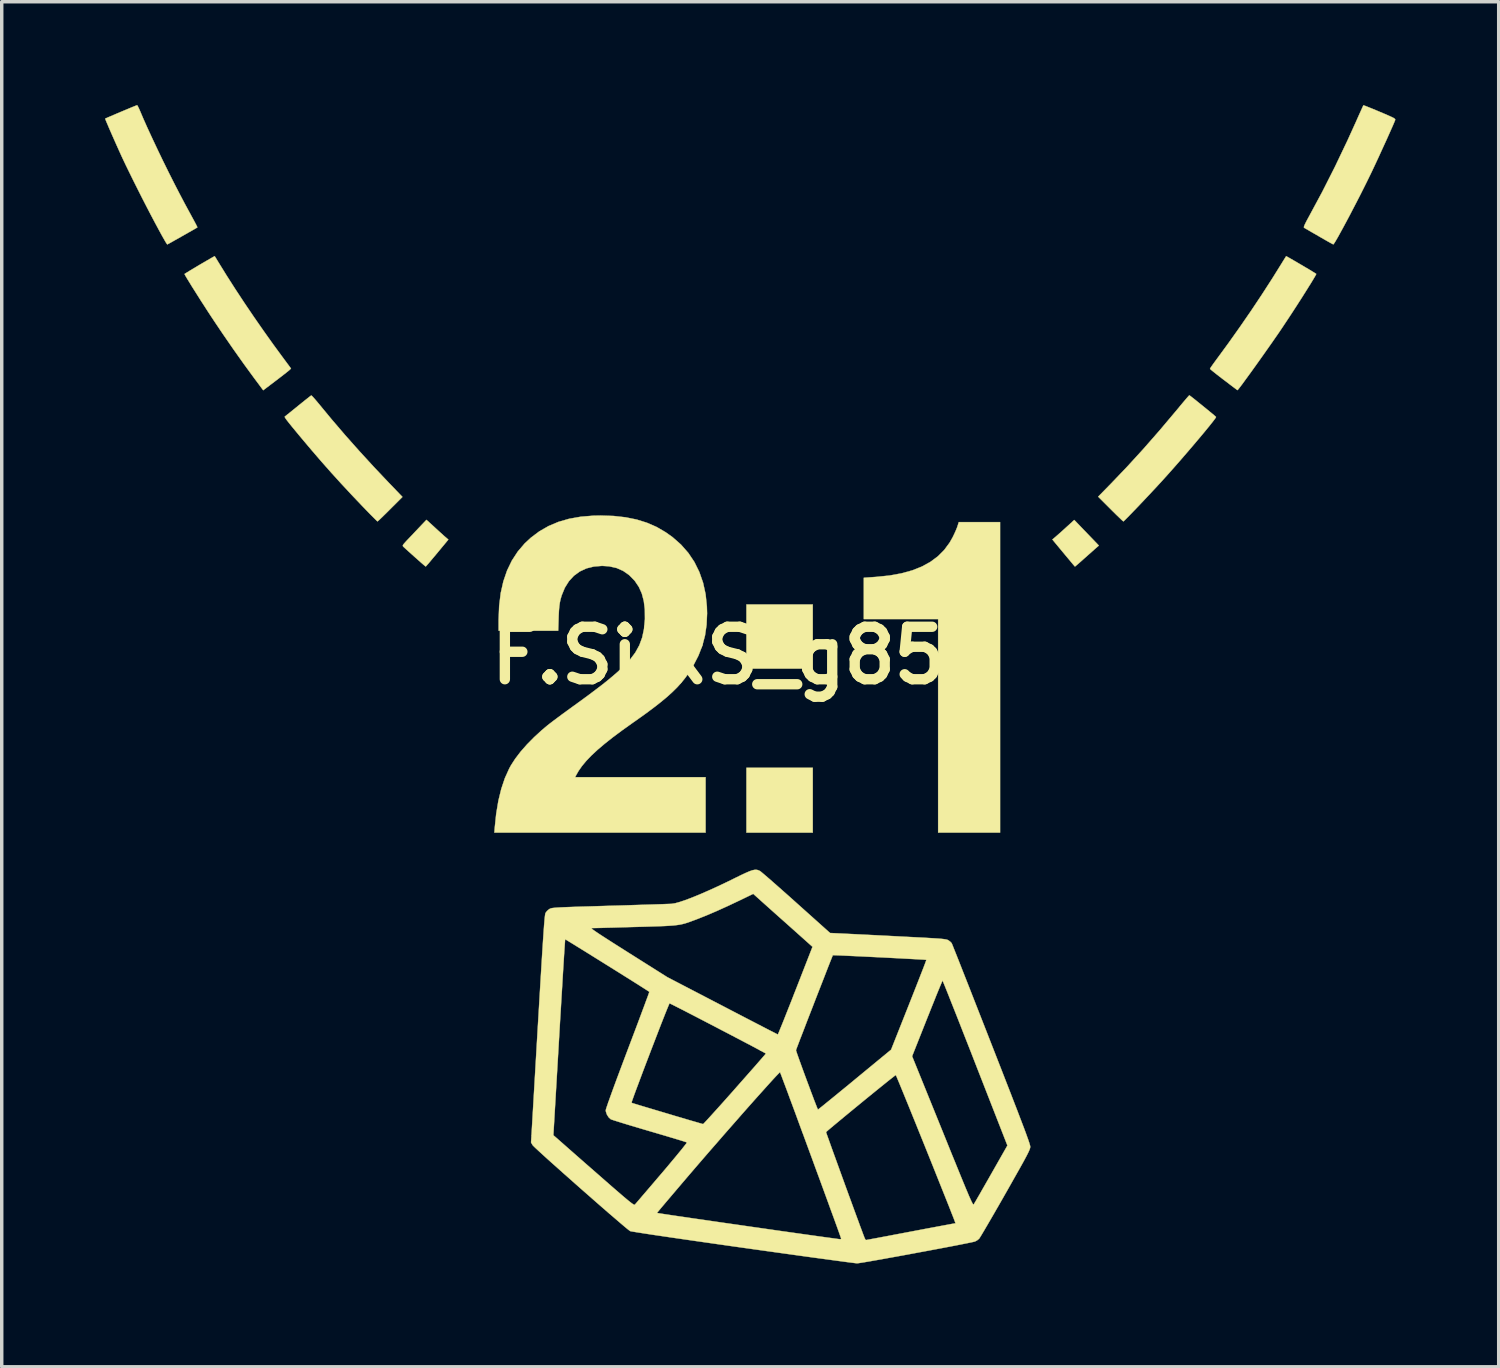
<source format=kicad_pcb>
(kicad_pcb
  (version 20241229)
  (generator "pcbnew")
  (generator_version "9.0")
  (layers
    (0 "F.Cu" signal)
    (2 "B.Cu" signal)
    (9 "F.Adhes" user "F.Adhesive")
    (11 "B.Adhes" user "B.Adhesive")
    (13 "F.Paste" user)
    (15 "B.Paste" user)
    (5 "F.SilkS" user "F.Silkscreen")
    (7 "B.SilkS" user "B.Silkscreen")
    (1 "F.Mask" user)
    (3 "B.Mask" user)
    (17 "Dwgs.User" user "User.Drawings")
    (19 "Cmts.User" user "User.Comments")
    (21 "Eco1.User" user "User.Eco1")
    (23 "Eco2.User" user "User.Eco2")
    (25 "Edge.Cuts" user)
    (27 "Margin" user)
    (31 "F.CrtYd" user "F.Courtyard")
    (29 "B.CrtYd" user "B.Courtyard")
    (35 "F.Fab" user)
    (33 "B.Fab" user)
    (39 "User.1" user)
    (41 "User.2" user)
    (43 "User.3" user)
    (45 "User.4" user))
  (footprint "F.SilkS_g852"
    (layer "F.Cu")
    (at 18.542 15.986)
    (property "Reference" "F.SilkS_g852" (at 0 0 0) (layer "F.SilkS") (effects (font (size 1.524 1.524) (thickness 0.3))))
    (attr through_hole)
    (fp_poly (pts (xy 2.011 0.381) (xy 0.085 0.381) (xy 0.085 -1.482) (xy 2.011 -1.482) (xy 2.011 0.381)) (stroke (width 0.01) (type solid)) (fill yes) (layer "F.SilkS"))
    (fp_poly (pts (xy 2.011 5.144) (xy 0.085 5.144) (xy 0.085 3.26) (xy 2.011 3.26) (xy 2.011 5.144)) (stroke (width 0.01) (type solid)) (fill yes) (layer "F.SilkS"))
    (fp_poly (pts (xy 7.451 5.144) (xy 5.652 5.144) (xy 5.652 -1.058) (xy 3.493 -1.058) (xy 3.493 -2.257) (xy 3.858 -2.283) (xy 4.239 -2.322) (xy 4.585 -2.385) (xy 4.898 -2.471) (xy 5.178 -2.582) (xy 5.426 -2.718) (xy 5.642 -2.878) (xy 5.829 -3.065) (xy 5.986 -3.278) (xy 6.073 -3.431) (xy 6.121 -3.53) (xy 6.166 -3.63) (xy 6.201 -3.716) (xy 6.214 -3.754) (xy 6.252 -3.873) (xy 7.451 -3.873) (xy 7.451 5.144)) (stroke (width 0.01) (type solid)) (fill yes) (layer "F.SilkS"))
    (fp_poly (pts (xy 9.783 -3.751) (xy 9.876 -3.654) (xy 9.983 -3.543) (xy 10.087 -3.435) (xy 10.14 -3.38) (xy 10.319 -3.193) (xy 10.23 -3.115) (xy 10.183 -3.074) (xy 10.113 -3.011) (xy 10.027 -2.935) (xy 9.933 -2.851) (xy 9.886 -2.81) (xy 9.8 -2.733) (xy 9.726 -2.668) (xy 9.668 -2.618) (xy 9.633 -2.589) (xy 9.625 -2.583) (xy 9.611 -2.599) (xy 9.573 -2.643) (xy 9.516 -2.711) (xy 9.444 -2.798) (xy 9.359 -2.899) (xy 9.295 -2.976) (xy 8.97 -3.368) (xy 9.062 -3.446) (xy 9.112 -3.49) (xy 9.185 -3.554) (xy 9.271 -3.631) (xy 9.361 -3.713) (xy 9.38 -3.73) (xy 9.605 -3.936) (xy 9.783 -3.751)) (stroke (width 0.01) (type solid)) (fill yes) (layer "F.SilkS"))
    (fp_poly (pts (xy -8.969 -3.722) (xy -8.879 -3.639) (xy -8.793 -3.561) (xy -8.719 -3.494) (xy -8.665 -3.446) (xy -8.651 -3.435) (xy -8.572 -3.366) (xy -8.895 -2.976) (xy -8.986 -2.867) (xy -9.068 -2.77) (xy -9.136 -2.688) (xy -9.189 -2.628) (xy -9.221 -2.592) (xy -9.229 -2.585) (xy -9.247 -2.598) (xy -9.292 -2.635) (xy -9.358 -2.692) (xy -9.44 -2.765) (xy -9.535 -2.849) (xy -9.546 -2.859) (xy -9.643 -2.946) (xy -9.731 -3.025) (xy -9.804 -3.091) (xy -9.856 -3.139) (xy -9.883 -3.164) (xy -9.884 -3.165) (xy -9.894 -3.183) (xy -9.89 -3.206) (xy -9.865 -3.242) (xy -9.816 -3.297) (xy -9.778 -3.339) (xy -9.711 -3.409) (xy -9.625 -3.499) (xy -9.531 -3.599) (xy -9.439 -3.696) (xy -9.425 -3.711) (xy -9.208 -3.94) (xy -8.969 -3.722)) (stroke (width 0.01) (type solid)) (fill yes) (layer "F.SilkS"))
    (fp_poly (pts (xy -15.344 -11.576) (xy -15.314 -11.527) (xy -15.272 -11.458) (xy -15.23 -11.39) (xy -15.007 -11.029) (xy -14.761 -10.644) (xy -14.497 -10.243) (xy -14.22 -9.834) (xy -13.935 -9.424) (xy -13.648 -9.021) (xy -13.414 -8.702) (xy -13.141 -8.334) (xy -13.19 -8.287) (xy -13.222 -8.26) (xy -13.281 -8.213) (xy -13.363 -8.149) (xy -13.46 -8.074) (xy -13.568 -7.991) (xy -13.594 -7.972) (xy -13.948 -7.703) (xy -14.222 -8.071) (xy -14.514 -8.471) (xy -14.818 -8.9) (xy -15.125 -9.345) (xy -15.367 -9.705) (xy -15.459 -9.844) (xy -15.556 -9.992) (xy -15.655 -10.146) (xy -15.755 -10.3) (xy -15.851 -10.452) (xy -15.942 -10.596) (xy -16.026 -10.729) (xy -16.098 -10.847) (xy -16.158 -10.945) (xy -16.202 -11.019) (xy -16.227 -11.065) (xy -16.232 -11.08) (xy -16.209 -11.095) (xy -16.156 -11.128) (xy -16.081 -11.174) (xy -15.988 -11.23) (xy -15.884 -11.292) (xy -15.775 -11.357) (xy -15.667 -11.42) (xy -15.566 -11.479) (xy -15.479 -11.529) (xy -15.411 -11.568) (xy -15.369 -11.591) (xy -15.357 -11.596) (xy -15.344 -11.576)) (stroke (width 0.01) (type solid)) (fill yes) (layer "F.SilkS"))
    (fp_poly (pts (xy -12.534 -7.539) (xy -12.495 -7.498) (xy -12.44 -7.436) (xy -12.375 -7.359) (xy -12.359 -7.34) (xy -11.964 -6.862) (xy -11.567 -6.398) (xy -11.16 -5.94) (xy -10.735 -5.476) (xy -10.284 -4.999) (xy -10.281 -4.997) (xy -9.905 -4.605) (xy -10.26 -4.25) (xy -10.36 -4.15) (xy -10.451 -4.061) (xy -10.527 -3.987) (xy -10.585 -3.932) (xy -10.62 -3.901) (xy -10.629 -3.895) (xy -10.647 -3.909) (xy -10.69 -3.951) (xy -10.754 -4.015) (xy -10.837 -4.098) (xy -10.933 -4.197) (xy -11.039 -4.307) (xy -11.055 -4.323) (xy -11.381 -4.666) (xy -11.684 -4.992) (xy -11.972 -5.309) (xy -12.254 -5.628) (xy -12.539 -5.959) (xy -12.762 -6.223) (xy -12.906 -6.395) (xy -13.024 -6.538) (xy -13.12 -6.654) (xy -13.194 -6.746) (xy -13.249 -6.816) (xy -13.288 -6.868) (xy -13.311 -6.903) (xy -13.322 -6.926) (xy -13.322 -6.937) (xy -13.32 -6.94) (xy -13.298 -6.956) (xy -13.249 -6.996) (xy -13.176 -7.054) (xy -13.086 -7.127) (xy -12.983 -7.21) (xy -12.935 -7.25) (xy -12.828 -7.336) (xy -12.732 -7.413) (xy -12.652 -7.476) (xy -12.593 -7.523) (xy -12.559 -7.548) (xy -12.553 -7.552) (xy -12.534 -7.539)) (stroke (width 0.01) (type solid)) (fill yes) (layer "F.SilkS"))
    (fp_poly (pts (xy 12.965 -7.544) (xy 13.011 -7.509) (xy 13.079 -7.456) (xy 13.162 -7.389) (xy 13.255 -7.314) (xy 13.353 -7.235) (xy 13.45 -7.156) (xy 13.54 -7.082) (xy 13.618 -7.018) (xy 13.678 -6.967) (xy 13.714 -6.935) (xy 13.723 -6.927) (xy 13.713 -6.905) (xy 13.677 -6.855) (xy 13.619 -6.779) (xy 13.541 -6.681) (xy 13.446 -6.564) (xy 13.336 -6.431) (xy 13.214 -6.286) (xy 13.082 -6.13) (xy 12.944 -5.968) (xy 12.802 -5.803) (xy 12.659 -5.638) (xy 12.517 -5.476) (xy 12.379 -5.32) (xy 12.247 -5.173) (xy 12.228 -5.152) (xy 12.131 -5.045) (xy 12.022 -4.927) (xy 11.904 -4.8) (xy 11.782 -4.669) (xy 11.658 -4.538) (xy 11.536 -4.409) (xy 11.42 -4.287) (xy 11.312 -4.175) (xy 11.217 -4.077) (xy 11.138 -3.996) (xy 11.079 -3.937) (xy 11.042 -3.902) (xy 11.032 -3.895) (xy 11.013 -3.909) (xy 10.969 -3.949) (xy 10.904 -4.012) (xy 10.822 -4.091) (xy 10.727 -4.185) (xy 10.658 -4.254) (xy 10.3 -4.612) (xy 10.669 -4.989) (xy 11.132 -5.473) (xy 11.605 -5.99) (xy 12.09 -6.544) (xy 12.588 -7.135) (xy 12.591 -7.138) (xy 12.684 -7.252) (xy 12.769 -7.353) (xy 12.842 -7.439) (xy 12.898 -7.504) (xy 12.934 -7.544) (xy 12.947 -7.556) (xy 12.965 -7.544)) (stroke (width 0.01) (type solid)) (fill yes) (layer "F.SilkS"))
    (fp_poly (pts (xy 15.777 -11.587) (xy 15.826 -11.56) (xy 15.899 -11.518) (xy 15.989 -11.466) (xy 16.092 -11.406) (xy 16.201 -11.342) (xy 16.309 -11.278) (xy 16.411 -11.218) (xy 16.5 -11.164) (xy 16.571 -11.121) (xy 16.617 -11.092) (xy 16.632 -11.082) (xy 16.625 -11.061) (xy 16.596 -11.009) (xy 16.549 -10.93) (xy 16.487 -10.827) (xy 16.41 -10.704) (xy 16.323 -10.565) (xy 16.228 -10.414) (xy 16.126 -10.255) (xy 16.021 -10.092) (xy 15.915 -9.929) (xy 15.81 -9.77) (xy 15.709 -9.618) (xy 15.626 -9.493) (xy 15.535 -9.359) (xy 15.433 -9.212) (xy 15.324 -9.055) (xy 15.209 -8.892) (xy 15.092 -8.726) (xy 14.975 -8.561) (xy 14.86 -8.4) (xy 14.751 -8.248) (xy 14.649 -8.108) (xy 14.558 -7.983) (xy 14.48 -7.876) (xy 14.417 -7.793) (xy 14.372 -7.735) (xy 14.347 -7.708) (xy 14.344 -7.706) (xy 14.327 -7.718) (xy 14.281 -7.753) (xy 14.21 -7.806) (xy 14.12 -7.874) (xy 14.016 -7.954) (xy 13.945 -8.007) (xy 13.833 -8.093) (xy 13.733 -8.171) (xy 13.65 -8.237) (xy 13.589 -8.287) (xy 13.554 -8.318) (xy 13.548 -8.326) (xy 13.559 -8.348) (xy 13.592 -8.398) (xy 13.643 -8.47) (xy 13.706 -8.557) (xy 13.754 -8.622) (xy 14.082 -9.07) (xy 14.414 -9.538) (xy 14.743 -10.015) (xy 15.06 -10.491) (xy 15.36 -10.956) (xy 15.563 -11.282) (xy 15.626 -11.383) (xy 15.68 -11.471) (xy 15.723 -11.54) (xy 15.75 -11.583) (xy 15.759 -11.596) (xy 15.777 -11.587)) (stroke (width 0.01) (type solid)) (fill yes) (layer "F.SilkS"))
    (fp_poly (pts (xy -17.596 -15.963) (xy -17.571 -15.914) (xy -17.539 -15.845) (xy -17.527 -15.817) (xy -17.422 -15.571) (xy -17.299 -15.296) (xy -17.161 -14.998) (xy -17.013 -14.684) (xy -16.858 -14.362) (xy -16.699 -14.039) (xy -16.539 -13.722) (xy -16.382 -13.417) (xy -16.232 -13.132) (xy -16.108 -12.903) (xy -16.039 -12.776) (xy -15.977 -12.662) (xy -15.925 -12.566) (xy -15.887 -12.492) (xy -15.865 -12.446) (xy -15.86 -12.433) (xy -15.88 -12.42) (xy -15.93 -12.391) (xy -16.005 -12.348) (xy -16.098 -12.295) (xy -16.202 -12.236) (xy -16.311 -12.174) (xy -16.42 -12.112) (xy -16.522 -12.055) (xy -16.61 -12.005) (xy -16.679 -11.967) (xy -16.722 -11.944) (xy -16.734 -11.938) (xy -16.748 -11.955) (xy -16.775 -11.997) (xy -16.794 -12.028) (xy -16.878 -12.175) (xy -16.976 -12.355) (xy -17.087 -12.561) (xy -17.207 -12.788) (xy -17.332 -13.028) (xy -17.46 -13.277) (xy -17.587 -13.529) (xy -17.711 -13.776) (xy -17.828 -14.014) (xy -17.936 -14.235) (xy -18.031 -14.435) (xy -18.075 -14.531) (xy -18.139 -14.672) (xy -18.205 -14.819) (xy -18.271 -14.967) (xy -18.334 -15.11) (xy -18.393 -15.244) (xy -18.444 -15.363) (xy -18.486 -15.462) (xy -18.517 -15.536) (xy -18.534 -15.58) (xy -18.537 -15.591) (xy -18.515 -15.601) (xy -18.462 -15.625) (xy -18.382 -15.659) (xy -18.284 -15.701) (xy -18.173 -15.749) (xy -18.056 -15.798) (xy -17.941 -15.846) (xy -17.833 -15.891) (xy -17.74 -15.93) (xy -17.667 -15.959) (xy -17.622 -15.977) (xy -17.611 -15.981) (xy -17.596 -15.963)) (stroke (width 0.01) (type solid)) (fill yes) (layer "F.SilkS"))
    (fp_poly (pts (xy 18.024 -15.972) (xy 18.078 -15.952) (xy 18.16 -15.919) (xy 18.265 -15.877) (xy 18.387 -15.826) (xy 18.475 -15.789) (xy 18.622 -15.727) (xy 18.733 -15.679) (xy 18.814 -15.642) (xy 18.87 -15.615) (xy 18.904 -15.594) (xy 18.921 -15.577) (xy 18.926 -15.562) (xy 18.923 -15.546) (xy 18.921 -15.542) (xy 18.897 -15.483) (xy 18.858 -15.391) (xy 18.805 -15.272) (xy 18.743 -15.132) (xy 18.673 -14.976) (xy 18.597 -14.81) (xy 18.519 -14.64) (xy 18.442 -14.471) (xy 18.366 -14.308) (xy 18.296 -14.159) (xy 18.247 -14.054) (xy 18.168 -13.892) (xy 18.082 -13.717) (xy 17.99 -13.533) (xy 17.894 -13.343) (xy 17.795 -13.151) (xy 17.696 -12.961) (xy 17.6 -12.776) (xy 17.506 -12.6) (xy 17.419 -12.438) (xy 17.339 -12.292) (xy 17.27 -12.166) (xy 17.211 -12.064) (xy 17.167 -11.99) (xy 17.137 -11.948) (xy 17.127 -11.939) (xy 17.106 -11.95) (xy 17.053 -11.978) (xy 16.974 -12.022) (xy 16.876 -12.078) (xy 16.763 -12.143) (xy 16.711 -12.173) (xy 16.592 -12.242) (xy 16.484 -12.304) (xy 16.393 -12.357) (xy 16.326 -12.396) (xy 16.286 -12.419) (xy 16.28 -12.423) (xy 16.273 -12.437) (xy 16.281 -12.47) (xy 16.304 -12.524) (xy 16.344 -12.604) (xy 16.404 -12.716) (xy 16.421 -12.747) (xy 16.804 -13.459) (xy 17.18 -14.202) (xy 17.543 -14.963) (xy 17.78 -15.485) (xy 17.839 -15.618) (xy 17.892 -15.737) (xy 17.938 -15.838) (xy 17.973 -15.916) (xy 17.996 -15.964) (xy 18.003 -15.978) (xy 18.024 -15.972)) (stroke (width 0.01) (type solid)) (fill yes) (layer "F.SilkS"))
    (fp_poly (pts (xy -3.773 -4.052) (xy -3.425 -4.013) (xy -3.103 -3.948) (xy -2.805 -3.855) (xy -2.525 -3.733) (xy -2.262 -3.58) (xy -2.061 -3.437) (xy -1.816 -3.221) (xy -1.604 -2.98) (xy -1.426 -2.714) (xy -1.283 -2.424) (xy -1.174 -2.112) (xy -1.101 -1.779) (xy -1.064 -1.424) (xy -1.058 -1.225) (xy -1.073 -0.891) (xy -1.118 -0.581) (xy -1.196 -0.285) (xy -1.309 0.004) (xy -1.459 0.295) (xy -1.488 0.345) (xy -1.584 0.498) (xy -1.687 0.643) (xy -1.8 0.784) (xy -1.926 0.924) (xy -2.069 1.065) (xy -2.231 1.211) (xy -2.417 1.365) (xy -2.629 1.53) (xy -2.871 1.709) (xy -3.146 1.905) (xy -3.207 1.947) (xy -3.517 2.168) (xy -3.791 2.372) (xy -4.031 2.562) (xy -4.239 2.738) (xy -4.417 2.904) (xy -4.567 3.061) (xy -4.691 3.21) (xy -4.791 3.353) (xy -4.855 3.466) (xy -4.891 3.535) (xy -1.101 3.535) (xy -1.101 5.144) (xy -7.235 5.144) (xy -7.225 5.011) (xy -7.182 4.597) (xy -7.119 4.219) (xy -7.035 3.875) (xy -6.931 3.564) (xy -6.805 3.285) (xy -6.751 3.186) (xy -6.628 2.996) (xy -6.473 2.793) (xy -6.289 2.584) (xy -6.082 2.374) (xy -5.858 2.168) (xy -5.685 2.023) (xy -5.615 1.969) (xy -5.517 1.894) (xy -5.399 1.806) (xy -5.266 1.707) (xy -5.126 1.605) (xy -4.985 1.503) (xy -4.983 1.501) (xy -4.719 1.31) (xy -4.486 1.139) (xy -4.282 0.985) (xy -4.101 0.847) (xy -3.942 0.72) (xy -3.799 0.601) (xy -3.669 0.489) (xy -3.549 0.379) (xy -3.485 0.318) (xy -3.293 0.116) (xy -3.141 -0.087) (xy -3.025 -0.298) (xy -2.942 -0.524) (xy -2.89 -0.77) (xy -2.864 -1.044) (xy -2.863 -1.069) (xy -2.866 -1.341) (xy -2.896 -1.583) (xy -2.953 -1.799) (xy -3.039 -1.991) (xy -3.155 -2.164) (xy -3.167 -2.178) (xy -3.322 -2.336) (xy -3.495 -2.457) (xy -3.688 -2.542) (xy -3.903 -2.59) (xy -4.106 -2.603) (xy -4.344 -2.584) (xy -4.561 -2.53) (xy -4.755 -2.44) (xy -4.925 -2.316) (xy -5.07 -2.158) (xy -5.189 -1.968) (xy -5.28 -1.747) (xy -5.314 -1.63) (xy -5.334 -1.536) (xy -5.349 -1.431) (xy -5.36 -1.307) (xy -5.368 -1.153) (xy -5.37 -1.085) (xy -5.382 -0.72) (xy -7.112 -0.72) (xy -7.112 -1.042) (xy -7.096 -1.441) (xy -7.051 -1.811) (xy -6.974 -2.153) (xy -6.866 -2.468) (xy -6.727 -2.756) (xy -6.556 -3.018) (xy -6.353 -3.256) (xy -6.175 -3.421) (xy -5.929 -3.606) (xy -5.662 -3.759) (xy -5.375 -3.88) (xy -5.064 -3.97) (xy -4.727 -4.03) (xy -4.362 -4.06) (xy -4.152 -4.064) (xy -3.773 -4.052)) (stroke (width 0.01) (type solid)) (fill yes) (layer "F.SilkS"))
    (fp_poly (pts (xy 0.419 6.232) (xy 0.464 6.252) (xy 0.48 6.26) (xy 0.507 6.28) (xy 0.563 6.327) (xy 0.644 6.396) (xy 0.749 6.486) (xy 0.873 6.595) (xy 1.014 6.719) (xy 1.169 6.856) (xy 1.335 7.003) (xy 1.509 7.159) (xy 1.53 7.178) (xy 2.514 8.059) (xy 2.839 8.074) (xy 2.919 8.078) (xy 3.036 8.084) (xy 3.186 8.091) (xy 3.364 8.1) (xy 3.565 8.11) (xy 3.785 8.121) (xy 4.018 8.133) (xy 4.26 8.145) (xy 4.507 8.158) (xy 4.522 8.159) (xy 4.796 8.173) (xy 5.031 8.185) (xy 5.23 8.195) (xy 5.396 8.205) (xy 5.533 8.213) (xy 5.644 8.22) (xy 5.731 8.227) (xy 5.799 8.234) (xy 5.85 8.241) (xy 5.888 8.248) (xy 5.915 8.255) (xy 5.935 8.263) (xy 5.951 8.272) (xy 6.003 8.31) (xy 6.041 8.349) (xy 6.045 8.354) (xy 6.055 8.378) (xy 6.08 8.439) (xy 6.118 8.535) (xy 6.17 8.664) (xy 6.233 8.823) (xy 6.307 9.011) (xy 6.391 9.225) (xy 6.485 9.463) (xy 6.587 9.722) (xy 6.696 10.001) (xy 6.812 10.297) (xy 6.934 10.608) (xy 7.061 10.932) (xy 7.192 11.267) (xy 7.198 11.282) (xy 7.357 11.689) (xy 7.502 12.06) (xy 7.632 12.394) (xy 7.749 12.694) (xy 7.852 12.961) (xy 7.944 13.198) (xy 8.023 13.406) (xy 8.092 13.586) (xy 8.151 13.741) (xy 8.2 13.873) (xy 8.239 13.982) (xy 8.271 14.071) (xy 8.295 14.142) (xy 8.311 14.195) (xy 8.322 14.234) (xy 8.326 14.259) (xy 8.327 14.266) (xy 8.325 14.288) (xy 8.319 14.314) (xy 8.307 14.349) (xy 8.288 14.393) (xy 8.261 14.45) (xy 8.224 14.523) (xy 8.175 14.615) (xy 8.114 14.728) (xy 8.038 14.864) (xy 7.946 15.027) (xy 7.837 15.22) (xy 7.71 15.445) (xy 7.61 15.621) (xy 7.488 15.835) (xy 7.371 16.039) (xy 7.261 16.23) (xy 7.16 16.404) (xy 7.069 16.56) (xy 6.991 16.693) (xy 6.927 16.801) (xy 6.879 16.88) (xy 6.849 16.927) (xy 6.841 16.938) (xy 6.785 16.984) (xy 6.725 17.016) (xy 6.722 17.017) (xy 6.681 17.028) (xy 6.602 17.045) (xy 6.49 17.068) (xy 6.349 17.096) (xy 6.183 17.129) (xy 5.996 17.165) (xy 5.791 17.204) (xy 5.573 17.245) (xy 5.345 17.288) (xy 5.112 17.331) (xy 4.877 17.375) (xy 4.644 17.418) (xy 4.418 17.459) (xy 4.201 17.498) (xy 3.999 17.535) (xy 3.815 17.567) (xy 3.652 17.596) (xy 3.516 17.619) (xy 3.409 17.636) (xy 3.335 17.647) (xy 3.3 17.651) (xy 3.3 17.651) (xy 3.266 17.648) (xy 3.193 17.639) (xy 3.082 17.625) (xy 2.937 17.606) (xy 2.759 17.582) (xy 2.552 17.554) (xy 2.317 17.522) (xy 2.056 17.487) (xy 1.773 17.448) (xy 1.469 17.406) (xy 1.147 17.361) (xy 0.809 17.314) (xy 0.457 17.265) (xy 0.095 17.214) (xy -0.02 17.198) (xy -0.424 17.141) (xy -0.809 17.086) (xy -1.173 17.034) (xy -1.515 16.985) (xy -1.832 16.939) (xy -2.123 16.897) (xy -2.386 16.858) (xy -2.619 16.824) (xy -2.821 16.793) (xy -2.989 16.767) (xy -3.122 16.746) (xy -3.218 16.73) (xy -3.275 16.72) (xy -3.29 16.715) (xy -3.32 16.695) (xy -3.378 16.649) (xy -3.461 16.58) (xy -3.567 16.49) (xy -3.693 16.382) (xy -3.836 16.259) (xy -3.918 16.189) (xy -2.514 16.189) (xy -2.494 16.193) (xy -2.435 16.202) (xy -2.34 16.217) (xy -2.212 16.236) (xy -2.055 16.26) (xy -1.871 16.287) (xy -1.663 16.317) (xy -1.435 16.351) (xy -1.188 16.386) (xy -0.928 16.424) (xy -0.655 16.464) (xy -0.374 16.504) (xy -0.088 16.545) (xy 0.201 16.587) (xy 0.49 16.628) (xy 0.775 16.669) (xy 1.053 16.709) (xy 1.322 16.747) (xy 1.578 16.783) (xy 1.818 16.817) (xy 2.04 16.848) (xy 2.239 16.876) (xy 2.414 16.9) (xy 2.562 16.92) (xy 2.678 16.936) (xy 2.76 16.947) (xy 2.806 16.952) (xy 2.81 16.952) (xy 2.834 16.942) (xy 2.836 16.935) (xy 2.829 16.913) (xy 2.808 16.853) (xy 2.775 16.76) (xy 2.731 16.636) (xy 2.676 16.485) (xy 2.612 16.308) (xy 2.539 16.11) (xy 2.46 15.892) (xy 2.375 15.659) (xy 2.285 15.413) (xy 2.191 15.156) (xy 2.094 14.893) (xy 1.996 14.625) (xy 1.897 14.356) (xy 1.799 14.089) (xy 1.708 13.841) (xy 2.397 13.841) (xy 2.403 13.862) (xy 2.423 13.919) (xy 2.455 14.008) (xy 2.497 14.126) (xy 2.548 14.269) (xy 2.607 14.433) (xy 2.673 14.614) (xy 2.744 14.81) (xy 2.818 15.015) (xy 2.895 15.227) (xy 2.973 15.442) (xy 3.051 15.656) (xy 3.128 15.865) (xy 3.201 16.066) (xy 3.27 16.254) (xy 3.334 16.427) (xy 3.39 16.581) (xy 3.439 16.711) (xy 3.477 16.814) (xy 3.505 16.887) (xy 3.517 16.917) (xy 3.538 16.959) (xy 3.556 16.976) (xy 3.579 16.972) (xy 3.64 16.961) (xy 3.736 16.943) (xy 3.862 16.92) (xy 4.015 16.891) (xy 4.192 16.858) (xy 4.389 16.82) (xy 4.602 16.78) (xy 4.829 16.737) (xy 4.855 16.732) (xy 5.082 16.689) (xy 5.297 16.648) (xy 5.496 16.611) (xy 5.676 16.577) (xy 5.832 16.548) (xy 5.962 16.524) (xy 6.062 16.505) (xy 6.127 16.494) (xy 6.155 16.489) (xy 6.156 16.489) (xy 6.15 16.47) (xy 6.129 16.414) (xy 6.096 16.326) (xy 6.049 16.208) (xy 5.992 16.062) (xy 5.925 15.893) (xy 5.849 15.703) (xy 5.766 15.495) (xy 5.677 15.272) (xy 5.583 15.037) (xy 5.486 14.794) (xy 5.386 14.545) (xy 5.285 14.294) (xy 5.184 14.043) (xy 5.084 13.796) (xy 4.987 13.555) (xy 4.893 13.324) (xy 4.805 13.106) (xy 4.722 12.904) (xy 4.647 12.72) (xy 4.581 12.559) (xy 4.525 12.422) (xy 4.479 12.313) (xy 4.447 12.236) (xy 4.427 12.192) (xy 4.423 12.184) (xy 4.405 12.195) (xy 4.359 12.231) (xy 4.286 12.288) (xy 4.191 12.363) (xy 4.077 12.455) (xy 3.948 12.559) (xy 3.806 12.674) (xy 3.656 12.796) (xy 3.5 12.923) (xy 3.343 13.052) (xy 3.187 13.18) (xy 3.035 13.305) (xy 2.892 13.423) (xy 2.761 13.532) (xy 2.644 13.629) (xy 2.546 13.711) (xy 2.47 13.775) (xy 2.42 13.819) (xy 2.398 13.84) (xy 2.397 13.841) (xy 1.708 13.841) (xy 1.702 13.827) (xy 1.608 13.572) (xy 1.519 13.328) (xy 1.434 13.098) (xy 1.354 12.884) (xy 1.283 12.69) (xy 1.219 12.519) (xy 1.164 12.373) (xy 1.12 12.255) (xy 1.088 12.169) (xy 1.067 12.117) (xy 1.061 12.102) (xy 1.044 12.114) (xy 1.002 12.157) (xy 0.936 12.226) (xy 0.848 12.321) (xy 0.741 12.439) (xy 0.616 12.578) (xy 0.475 12.735) (xy 0.32 12.908) (xy 0.154 13.095) (xy -0.022 13.294) (xy -0.205 13.503) (xy -0.395 13.719) (xy -0.588 13.939) (xy -0.782 14.163) (xy -0.977 14.386) (xy -1.169 14.608) (xy -1.357 14.826) (xy -1.538 15.037) (xy -1.663 15.183) (xy -1.813 15.359) (xy -1.954 15.525) (xy -2.085 15.679) (xy -2.203 15.818) (xy -2.305 15.939) (xy -2.39 16.039) (xy -2.454 16.116) (xy -2.496 16.167) (xy -2.513 16.188) (xy -2.514 16.189) (xy -3.918 16.189) (xy -3.994 16.123) (xy -4.163 15.976) (xy -4.34 15.821) (xy -4.523 15.66) (xy -4.709 15.497) (xy -4.895 15.333) (xy -5.077 15.171) (xy -5.255 15.014) (xy -5.423 14.863) (xy -5.581 14.723) (xy -5.724 14.594) (xy -5.849 14.48) (xy -5.955 14.383) (xy -6.039 14.305) (xy -6.096 14.25) (xy -6.125 14.219) (xy -6.127 14.215) (xy -6.17 14.141) (xy -6.157 13.932) (xy -5.522 13.932) (xy -5.445 13.998) (xy -5.133 14.273) (xy -4.851 14.521) (xy -4.597 14.744) (xy -4.37 14.942) (xy -4.169 15.118) (xy -3.992 15.273) (xy -3.838 15.408) (xy -3.704 15.524) (xy -3.589 15.623) (xy -3.493 15.706) (xy -3.412 15.774) (xy -3.346 15.829) (xy -3.293 15.871) (xy -3.251 15.904) (xy -3.219 15.926) (xy -3.196 15.941) (xy -3.179 15.949) (xy -3.168 15.952) (xy -3.16 15.95) (xy -3.154 15.946) (xy -3.152 15.944) (xy -3.132 15.921) (xy -3.087 15.869) (xy -3.02 15.791) (xy -2.934 15.69) (xy -2.83 15.569) (xy -2.713 15.432) (xy -2.584 15.281) (xy -2.446 15.119) (xy -2.371 15.032) (xy -2.231 14.867) (xy -2.101 14.711) (xy -1.982 14.569) (xy -1.877 14.441) (xy -1.788 14.333) (xy -1.719 14.245) (xy -1.67 14.183) (xy -1.646 14.147) (xy -1.644 14.14) (xy -1.667 14.132) (xy -1.727 14.112) (xy -1.82 14.083) (xy -1.942 14.046) (xy -2.089 14.002) (xy -2.258 13.951) (xy -2.445 13.896) (xy -2.645 13.837) (xy -2.731 13.812) (xy -2.937 13.751) (xy -3.132 13.693) (xy -3.313 13.639) (xy -3.474 13.59) (xy -3.612 13.547) (xy -3.724 13.512) (xy -3.804 13.486) (xy -3.849 13.47) (xy -3.856 13.467) (xy -3.916 13.412) (xy -3.966 13.333) (xy -3.996 13.247) (xy -4 13.206) (xy -3.993 13.174) (xy -3.971 13.106) (xy -3.936 13.003) (xy -3.931 12.99) (xy -3.252 12.99) (xy -3.231 12.997) (xy -3.174 13.015) (xy -3.086 13.042) (xy -2.971 13.077) (xy -2.834 13.118) (xy -2.68 13.164) (xy -2.513 13.214) (xy -2.338 13.266) (xy -2.16 13.319) (xy -1.984 13.372) (xy -1.813 13.422) (xy -1.653 13.47) (xy -1.509 13.512) (xy -1.384 13.548) (xy -1.285 13.577) (xy -1.214 13.597) (xy -1.178 13.607) (xy -1.175 13.608) (xy -1.157 13.593) (xy -1.115 13.549) (xy -1.049 13.478) (xy -0.962 13.383) (xy -0.857 13.267) (xy -0.736 13.133) (xy -0.601 12.983) (xy -0.456 12.82) (xy -0.301 12.646) (xy -0.254 12.592) (xy -0.098 12.415) (xy 0.05 12.248) (xy 0.187 12.092) (xy 0.311 11.952) (xy 0.419 11.828) (xy 0.509 11.725) (xy 0.579 11.644) (xy 0.626 11.589) (xy 0.649 11.563) (xy 0.65 11.56) (xy 0.633 11.549) (xy 0.581 11.521) (xy 0.499 11.476) (xy 0.472 11.462) (xy 1.524 11.462) (xy 1.531 11.488) (xy 1.55 11.547) (xy 1.581 11.636) (xy 1.621 11.749) (xy 1.669 11.881) (xy 1.722 12.028) (xy 1.779 12.183) (xy 1.838 12.343) (xy 1.898 12.503) (xy 1.955 12.657) (xy 2.009 12.8) (xy 2.057 12.928) (xy 2.099 13.035) (xy 2.131 13.118) (xy 2.153 13.17) (xy 2.162 13.187) (xy 2.18 13.174) (xy 2.228 13.136) (xy 2.304 13.076) (xy 2.403 12.995) (xy 2.525 12.896) (xy 2.665 12.782) (xy 2.821 12.654) (xy 2.99 12.516) (xy 3.17 12.368) (xy 3.231 12.317) (xy 4.055 11.638) (xy 4.896 11.638) (xy 5.777 13.81) (xy 5.914 14.149) (xy 6.036 14.451) (xy 6.145 14.717) (xy 6.24 14.951) (xy 6.323 15.154) (xy 6.394 15.327) (xy 6.455 15.475) (xy 6.507 15.597) (xy 6.549 15.697) (xy 6.585 15.777) (xy 6.613 15.838) (xy 6.635 15.883) (xy 6.652 15.914) (xy 6.665 15.933) (xy 6.675 15.941) (xy 6.682 15.942) (xy 6.688 15.938) (xy 6.689 15.936) (xy 6.705 15.908) (xy 6.741 15.848) (xy 6.793 15.758) (xy 6.859 15.644) (xy 6.936 15.508) (xy 7.023 15.356) (xy 7.118 15.19) (xy 7.192 15.06) (xy 7.664 14.23) (xy 6.728 11.835) (xy 6.61 11.531) (xy 6.495 11.239) (xy 6.385 10.96) (xy 6.282 10.696) (xy 6.186 10.452) (xy 6.097 10.228) (xy 6.017 10.027) (xy 5.948 9.851) (xy 5.889 9.704) (xy 5.842 9.587) (xy 5.807 9.502) (xy 5.787 9.453) (xy 5.78 9.44) (xy 5.77 9.46) (xy 5.747 9.515) (xy 5.71 9.602) (xy 5.662 9.718) (xy 5.604 9.859) (xy 5.539 10.023) (xy 5.466 10.204) (xy 5.388 10.4) (xy 5.332 10.539) (xy 4.896 11.638) (xy 4.055 11.638) (xy 4.286 11.448) (xy 4.802 10.147) (xy 4.89 9.924) (xy 4.973 9.714) (xy 5.05 9.518) (xy 5.119 9.341) (xy 5.18 9.185) (xy 5.231 9.054) (xy 5.27 8.951) (xy 5.296 8.88) (xy 5.309 8.843) (xy 5.31 8.839) (xy 5.288 8.837) (xy 5.228 8.832) (xy 5.135 8.827) (xy 5.012 8.82) (xy 4.864 8.812) (xy 4.696 8.803) (xy 4.512 8.793) (xy 4.315 8.783) (xy 4.111 8.772) (xy 3.904 8.762) (xy 3.697 8.752) (xy 3.496 8.742) (xy 3.305 8.733) (xy 3.127 8.725) (xy 2.968 8.717) (xy 2.832 8.711) (xy 2.722 8.707) (xy 2.644 8.704) (xy 2.601 8.703) (xy 2.594 8.703) (xy 2.585 8.725) (xy 2.562 8.782) (xy 2.526 8.871) (xy 2.48 8.988) (xy 2.425 9.128) (xy 2.363 9.289) (xy 2.294 9.466) (xy 2.22 9.655) (xy 2.143 9.852) (xy 2.065 10.053) (xy 1.987 10.256) (xy 1.909 10.455) (xy 1.835 10.646) (xy 1.766 10.827) (xy 1.702 10.993) (xy 1.645 11.139) (xy 1.598 11.263) (xy 1.561 11.36) (xy 1.536 11.427) (xy 1.524 11.459) (xy 1.524 11.462) (xy 0.472 11.462) (xy 0.39 11.418) (xy 0.257 11.347) (xy 0.105 11.267) (xy -0.064 11.178) (xy -0.246 11.083) (xy -0.436 10.983) (xy -0.633 10.881) (xy -0.831 10.777) (xy -1.028 10.675) (xy -1.22 10.575) (xy -1.403 10.48) (xy -1.574 10.392) (xy -1.73 10.311) (xy -1.866 10.242) (xy -1.98 10.184) (xy -2.067 10.14) (xy -2.124 10.112) (xy -2.148 10.101) (xy -2.158 10.12) (xy -2.181 10.174) (xy -2.217 10.261) (xy -2.263 10.375) (xy -2.318 10.514) (xy -2.381 10.674) (xy -2.45 10.851) (xy -2.523 11.041) (xy -2.6 11.241) (xy -2.679 11.446) (xy -2.758 11.653) (xy -2.836 11.857) (xy -2.912 12.057) (xy -2.983 12.246) (xy -3.049 12.423) (xy -3.109 12.582) (xy -3.16 12.72) (xy -3.201 12.834) (xy -3.231 12.919) (xy -3.249 12.972) (xy -3.252 12.99) (xy -3.931 12.99) (xy -3.888 12.868) (xy -3.829 12.703) (xy -3.759 12.511) (xy -3.679 12.294) (xy -3.59 12.056) (xy -3.493 11.797) (xy -3.389 11.521) (xy -3.364 11.455) (xy -3.268 11.201) (xy -3.176 10.958) (xy -3.09 10.73) (xy -3.011 10.519) (xy -2.94 10.328) (xy -2.877 10.16) (xy -2.825 10.018) (xy -2.783 9.906) (xy -2.754 9.825) (xy -2.738 9.778) (xy -2.735 9.768) (xy -2.756 9.752) (xy -2.81 9.718) (xy -2.892 9.665) (xy -2.999 9.597) (xy -3.127 9.516) (xy -3.273 9.424) (xy -3.433 9.324) (xy -3.603 9.217) (xy -3.781 9.106) (xy -3.962 8.993) (xy -4.143 8.88) (xy -4.32 8.77) (xy -4.49 8.664) (xy -4.649 8.565) (xy -4.794 8.476) (xy -4.921 8.397) (xy -5.027 8.332) (xy -5.107 8.283) (xy -5.159 8.252) (xy -5.179 8.241) (xy -5.179 8.242) (xy -5.182 8.263) (xy -5.186 8.325) (xy -5.193 8.424) (xy -5.202 8.558) (xy -5.213 8.724) (xy -5.225 8.921) (xy -5.239 9.145) (xy -5.254 9.394) (xy -5.27 9.666) (xy -5.288 9.958) (xy -5.306 10.267) (xy -5.326 10.592) (xy -5.346 10.93) (xy -5.355 11.091) (xy -5.522 13.932) (xy -6.157 13.932) (xy -5.977 10.842) (xy -5.95 10.393) (xy -5.926 9.985) (xy -5.904 9.615) (xy -5.884 9.282) (xy -5.866 8.984) (xy -5.85 8.719) (xy -5.835 8.486) (xy -5.822 8.282) (xy -5.81 8.106) (xy -5.8 7.956) (xy -5.797 7.922) (xy -4.416 7.922) (xy -4.401 7.939) (xy -4.363 7.969) (xy -4.302 8.012) (xy -4.215 8.071) (xy -4.101 8.146) (xy -3.958 8.238) (xy -3.785 8.349) (xy -3.578 8.48) (xy -3.343 8.629) (xy -2.212 9.342) (xy -0.614 10.173) (xy -0.372 10.299) (xy -0.141 10.419) (xy 0.076 10.532) (xy 0.277 10.636) (xy 0.459 10.73) (xy 0.619 10.813) (xy 0.754 10.883) (xy 0.863 10.938) (xy 0.941 10.978) (xy 0.986 11.001) (xy 0.997 11.006) (xy 1.006 10.987) (xy 1.03 10.932) (xy 1.066 10.843) (xy 1.114 10.726) (xy 1.172 10.582) (xy 1.238 10.415) (xy 1.312 10.228) (xy 1.393 10.025) (xy 1.477 9.808) (xy 1.507 9.733) (xy 2.004 8.46) (xy 1.198 7.74) (xy 1.039 7.599) (xy 0.889 7.465) (xy 0.75 7.341) (xy 0.626 7.23) (xy 0.52 7.135) (xy 0.435 7.058) (xy 0.374 7.004) (xy 0.341 6.974) (xy 0.337 6.971) (xy 0.283 6.921) (xy -0.091 7.102) (xy -0.448 7.271) (xy -0.775 7.419) (xy -1.071 7.546) (xy -1.333 7.65) (xy -1.363 7.662) (xy -1.464 7.699) (xy -1.552 7.732) (xy -1.63 7.759) (xy -1.704 7.782) (xy -1.778 7.801) (xy -1.855 7.817) (xy -1.941 7.829) (xy -2.038 7.84) (xy -2.152 7.848) (xy -2.287 7.856) (xy -2.446 7.862) (xy -2.635 7.868) (xy -2.857 7.875) (xy -3.116 7.882) (xy -3.154 7.883) (xy -3.377 7.889) (xy -3.588 7.895) (xy -3.784 7.901) (xy -3.961 7.905) (xy -4.115 7.91) (xy -4.24 7.913) (xy -4.335 7.915) (xy -4.394 7.916) (xy -4.412 7.917) (xy -4.416 7.922) (xy -5.797 7.922) (xy -5.791 7.831) (xy -5.782 7.727) (xy -5.775 7.644) (xy -5.768 7.58) (xy -5.762 7.533) (xy -5.757 7.5) (xy -5.751 7.481) (xy -5.75 7.478) (xy -5.709 7.423) (xy -5.652 7.373) (xy -5.64 7.365) (xy -5.625 7.357) (xy -5.609 7.349) (xy -5.588 7.342) (xy -5.561 7.336) (xy -5.523 7.331) (xy -5.472 7.326) (xy -5.405 7.321) (xy -5.32 7.316) (xy -5.213 7.311) (xy -5.081 7.306) (xy -4.922 7.3) (xy -4.733 7.294) (xy -4.511 7.288) (xy -4.253 7.28) (xy -3.956 7.271) (xy -3.888 7.269) (xy -3.622 7.262) (xy -3.366 7.254) (xy -3.123 7.246) (xy -2.897 7.239) (xy -2.691 7.233) (xy -2.509 7.227) (xy -2.355 7.222) (xy -2.232 7.217) (xy -2.143 7.214) (xy -2.091 7.212) (xy -2.085 7.211) (xy -1.985 7.195) (xy -1.852 7.158) (xy -1.687 7.103) (xy -1.492 7.029) (xy -1.272 6.939) (xy -1.027 6.832) (xy -0.76 6.711) (xy -0.475 6.576) (xy -0.227 6.454) (xy -0.064 6.374) (xy 0.067 6.313) (xy 0.171 6.268) (xy 0.253 6.239) (xy 0.318 6.225) (xy 0.372 6.223) (xy 0.419 6.232)) (stroke (width 0.01) (type solid)) (fill yes) (layer "F.SilkS")))
  (gr_rect
    (start -3 -3)
    (end 40.473 36.642)
    (stroke (width 0.1) (type default))
    (fill no)
    (layer "Edge.Cuts")))
</source>
